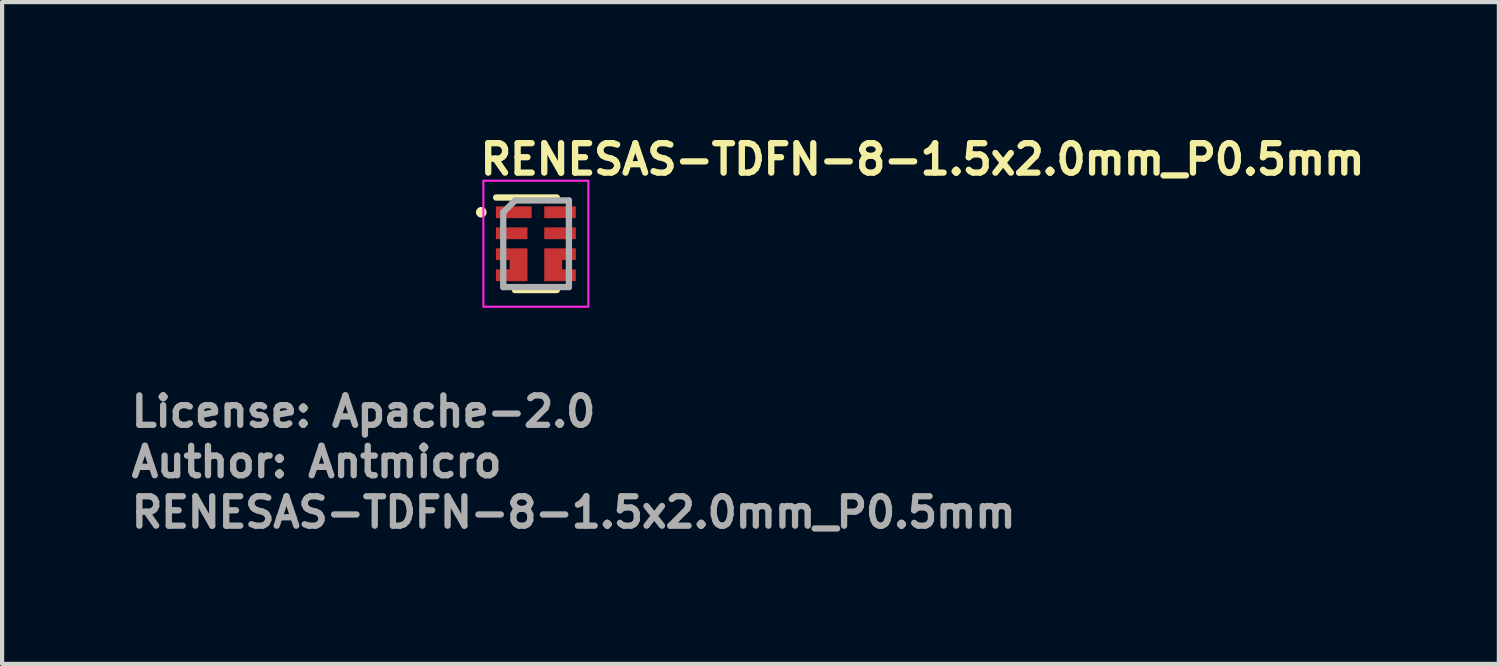
<source format=kicad_pcb>
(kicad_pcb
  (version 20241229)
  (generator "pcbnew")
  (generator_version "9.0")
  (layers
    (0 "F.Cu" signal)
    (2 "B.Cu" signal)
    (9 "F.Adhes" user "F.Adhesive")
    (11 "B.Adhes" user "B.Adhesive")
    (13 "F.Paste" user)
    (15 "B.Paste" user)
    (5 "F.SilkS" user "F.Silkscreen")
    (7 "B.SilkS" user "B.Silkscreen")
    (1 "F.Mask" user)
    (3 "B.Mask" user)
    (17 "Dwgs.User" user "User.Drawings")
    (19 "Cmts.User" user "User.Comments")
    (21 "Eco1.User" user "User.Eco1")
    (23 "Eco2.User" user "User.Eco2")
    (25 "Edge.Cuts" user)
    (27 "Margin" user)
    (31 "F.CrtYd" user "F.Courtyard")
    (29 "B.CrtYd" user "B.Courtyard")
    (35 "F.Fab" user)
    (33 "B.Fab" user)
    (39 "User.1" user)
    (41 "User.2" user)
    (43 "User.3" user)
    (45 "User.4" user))
  (footprint "RENESAS-TDFN-8-1.5x2.0mm_P0.5mm"
    (layer "F.Cu")
    (at 9.7 2.75)
    (property "Reference" "RENESAS-TDFN-8-1.5x2.0mm_P0.5mm" (at -1.4 -1.6 0) (unlocked yes) (layer "F.SilkS") (effects (font (size 0.7 0.7) (thickness 0.15)) (justify left bottom)))
    (attr smd)
    (fp_line (start -0.946 -1.101) (end 0.498 -1.101) (stroke (width 0.15) (type solid)) (layer "F.SilkS"))
    (fp_line (start -0.5 1.1) (end 0.498 1.1) (stroke (width 0.15) (type solid)) (layer "F.SilkS"))
    (fp_circle (center -1.3 -0.75) (end -1.249 -0.75) (stroke (width 0.15) (type solid)) (fill yes) (layer "F.SilkS"))
    (fp_rect (start -1.25 -1.5) (end 1.248 1.498) (stroke (width 0.05) (type solid)) (fill no) (layer "F.CrtYd"))
    (fp_line (start -0.777 -0.75) (end -0.777 1.03) (stroke (width 0.15) (type solid)) (layer "F.Fab"))
    (fp_line (start -0.777 1.03) (end 0.785 1.03) (stroke (width 0.15) (type solid)) (layer "F.Fab"))
    (fp_line (start -0.495 -1.031) (end -0.777 -0.75) (stroke (width 0.15) (type solid)) (layer "F.Fab"))
    (fp_line (start 0.785 -1.031) (end -0.495 -1.031) (stroke (width 0.15) (type solid)) (layer "F.Fab"))
    (fp_line (start 0.785 -1.031) (end 0.785 1.03) (stroke (width 0.15) (type solid)) (layer "F.Fab"))
    (fp_rect (start -0.75 -1) (end 0.748 0.998) (stroke (width 0.1) (type solid)) (fill no) (layer "User.5"))
    (fp_line (start -0.75 -1) (end -0.75 0.998) (stroke (width 0.02) (type solid)) (layer "User.9"))
    (fp_line (start -0.75 0.998) (end 0.748 0.998) (stroke (width 0.02) (type solid)) (layer "User.9"))
    (fp_line (start -0.688 -0.814) (end -0.688 -0.811) (stroke (width 0.02) (type solid)) (layer "User.9"))
    (fp_line (start -0.688 -0.814) (end -0.688 -0.811) (stroke (width 0.02) (type solid)) (layer "User.9"))
    (fp_line (start -0.688 -0.811) (end -0.688 -0.808) (stroke (width 0.02) (type solid)) (layer "User.9"))
    (fp_line (start -0.688 -0.811) (end -0.688 -0.808) (stroke (width 0.02) (type solid)) (layer "User.9"))
    (fp_line (start -0.688 -0.808) (end -0.688 -0.805) (stroke (width 0.02) (type solid)) (layer "User.9"))
    (fp_line (start -0.688 -0.808) (end -0.688 -0.805) (stroke (width 0.02) (type solid)) (layer "User.9"))
    (fp_line (start -0.688 -0.805) (end -0.688 -0.802) (stroke (width 0.02) (type solid)) (layer "User.9"))
    (fp_line (start -0.688 -0.805) (end -0.688 -0.802) (stroke (width 0.02) (type solid)) (layer "User.9"))
    (fp_line (start -0.688 -0.802) (end -0.688 -0.795) (stroke (width 0.02) (type solid)) (layer "User.9"))
    (fp_line (start -0.688 -0.802) (end -0.688 -0.795) (stroke (width 0.02) (type solid)) (layer "User.9"))
    (fp_line (start -0.688 -0.795) (end -0.688 -0.789) (stroke (width 0.02) (type solid)) (layer "User.9"))
    (fp_line (start -0.688 -0.795) (end -0.688 -0.789) (stroke (width 0.02) (type solid)) (layer "User.9"))
    (fp_line (start -0.688 -0.789) (end -0.686 -0.783) (stroke (width 0.02) (type solid)) (layer "User.9"))
    (fp_line (start -0.688 -0.789) (end -0.686 -0.783) (stroke (width 0.02) (type solid)) (layer "User.9"))
    (fp_line (start -0.687 -0.817) (end -0.688 -0.814) (stroke (width 0.02) (type solid)) (layer "User.9"))
    (fp_line (start -0.687 -0.817) (end -0.688 -0.814) (stroke (width 0.02) (type solid)) (layer "User.9"))
    (fp_line (start -0.686 -0.824) (end -0.686 -0.821) (stroke (width 0.02) (type solid)) (layer "User.9"))
    (fp_line (start -0.686 -0.824) (end -0.686 -0.821) (stroke (width 0.02) (type solid)) (layer "User.9"))
    (fp_line (start -0.686 -0.821) (end -0.687 -0.817) (stroke (width 0.02) (type solid)) (layer "User.9"))
    (fp_line (start -0.686 -0.821) (end -0.687 -0.817) (stroke (width 0.02) (type solid)) (layer "User.9"))
    (fp_line (start -0.686 -0.783) (end -0.685 -0.777) (stroke (width 0.02) (type solid)) (layer "User.9"))
    (fp_line (start -0.686 -0.783) (end -0.685 -0.777) (stroke (width 0.02) (type solid)) (layer "User.9"))
    (fp_line (start -0.685 -0.827) (end -0.686 -0.824) (stroke (width 0.02) (type solid)) (layer "User.9"))
    (fp_line (start -0.685 -0.827) (end -0.686 -0.824) (stroke (width 0.02) (type solid)) (layer "User.9"))
    (fp_line (start -0.685 -0.777) (end -0.683 -0.771) (stroke (width 0.02) (type solid)) (layer "User.9"))
    (fp_line (start -0.685 -0.777) (end -0.683 -0.771) (stroke (width 0.02) (type solid)) (layer "User.9"))
    (fp_line (start -0.684 -0.83) (end -0.685 -0.827) (stroke (width 0.02) (type solid)) (layer "User.9"))
    (fp_line (start -0.684 -0.83) (end -0.685 -0.827) (stroke (width 0.02) (type solid)) (layer "User.9"))
    (fp_line (start -0.683 -0.833) (end -0.684 -0.83) (stroke (width 0.02) (type solid)) (layer "User.9"))
    (fp_line (start -0.683 -0.833) (end -0.684 -0.83) (stroke (width 0.02) (type solid)) (layer "User.9"))
    (fp_line (start -0.683 -0.771) (end -0.681 -0.764) (stroke (width 0.02) (type solid)) (layer "User.9"))
    (fp_line (start -0.683 -0.771) (end -0.681 -0.764) (stroke (width 0.02) (type solid)) (layer "User.9"))
    (fp_line (start -0.682 -0.835) (end -0.683 -0.833) (stroke (width 0.02) (type solid)) (layer "User.9"))
    (fp_line (start -0.682 -0.835) (end -0.683 -0.833) (stroke (width 0.02) (type solid)) (layer "User.9"))
    (fp_line (start -0.681 -0.837) (end -0.682 -0.835) (stroke (width 0.02) (type solid)) (layer "User.9"))
    (fp_line (start -0.681 -0.837) (end -0.682 -0.835) (stroke (width 0.02) (type solid)) (layer "User.9"))
    (fp_line (start -0.681 -0.764) (end -0.678 -0.758) (stroke (width 0.02) (type solid)) (layer "User.9"))
    (fp_line (start -0.681 -0.764) (end -0.678 -0.758) (stroke (width 0.02) (type solid)) (layer "User.9"))
    (fp_line (start -0.68 -0.84) (end -0.681 -0.837) (stroke (width 0.02) (type solid)) (layer "User.9"))
    (fp_line (start -0.68 -0.84) (end -0.681 -0.837) (stroke (width 0.02) (type solid)) (layer "User.9"))
    (fp_line (start -0.678 -0.843) (end -0.68 -0.84) (stroke (width 0.02) (type solid)) (layer "User.9"))
    (fp_line (start -0.678 -0.843) (end -0.68 -0.84) (stroke (width 0.02) (type solid)) (layer "User.9"))
    (fp_line (start -0.678 -0.758) (end -0.676 -0.753) (stroke (width 0.02) (type solid)) (layer "User.9"))
    (fp_line (start -0.678 -0.758) (end -0.676 -0.753) (stroke (width 0.02) (type solid)) (layer "User.9"))
    (fp_line (start -0.677 -0.846) (end -0.678 -0.843) (stroke (width 0.02) (type solid)) (layer "User.9"))
    (fp_line (start -0.677 -0.846) (end -0.678 -0.843) (stroke (width 0.02) (type solid)) (layer "User.9"))
    (fp_line (start -0.676 -0.848) (end -0.677 -0.846) (stroke (width 0.02) (type solid)) (layer "User.9"))
    (fp_line (start -0.676 -0.848) (end -0.677 -0.846) (stroke (width 0.02) (type solid)) (layer "User.9"))
    (fp_line (start -0.676 -0.753) (end -0.672 -0.748) (stroke (width 0.02) (type solid)) (layer "User.9"))
    (fp_line (start -0.676 -0.753) (end -0.672 -0.748) (stroke (width 0.02) (type solid)) (layer "User.9"))
    (fp_line (start -0.674 -0.851) (end -0.676 -0.848) (stroke (width 0.02) (type solid)) (layer "User.9"))
    (fp_line (start -0.674 -0.851) (end -0.676 -0.848) (stroke (width 0.02) (type solid)) (layer "User.9"))
    (fp_line (start -0.672 -0.854) (end -0.674 -0.851) (stroke (width 0.02) (type solid)) (layer "User.9"))
    (fp_line (start -0.672 -0.854) (end -0.674 -0.851) (stroke (width 0.02) (type solid)) (layer "User.9"))
    (fp_line (start -0.672 -0.748) (end -0.669 -0.743) (stroke (width 0.02) (type solid)) (layer "User.9"))
    (fp_line (start -0.672 -0.748) (end -0.669 -0.743) (stroke (width 0.02) (type solid)) (layer "User.9"))
    (fp_line (start -0.671 -0.856) (end -0.672 -0.854) (stroke (width 0.02) (type solid)) (layer "User.9"))
    (fp_line (start -0.671 -0.856) (end -0.672 -0.854) (stroke (width 0.02) (type solid)) (layer "User.9"))
    (fp_line (start -0.669 -0.859) (end -0.671 -0.856) (stroke (width 0.02) (type solid)) (layer "User.9"))
    (fp_line (start -0.669 -0.859) (end -0.671 -0.856) (stroke (width 0.02) (type solid)) (layer "User.9"))
    (fp_line (start -0.669 -0.743) (end -0.665 -0.738) (stroke (width 0.02) (type solid)) (layer "User.9"))
    (fp_line (start -0.669 -0.743) (end -0.665 -0.738) (stroke (width 0.02) (type solid)) (layer "User.9"))
    (fp_line (start -0.667 -0.861) (end -0.669 -0.859) (stroke (width 0.02) (type solid)) (layer "User.9"))
    (fp_line (start -0.667 -0.861) (end -0.669 -0.859) (stroke (width 0.02) (type solid)) (layer "User.9"))
    (fp_line (start -0.665 -0.864) (end -0.667 -0.861) (stroke (width 0.02) (type solid)) (layer "User.9"))
    (fp_line (start -0.665 -0.864) (end -0.667 -0.861) (stroke (width 0.02) (type solid)) (layer "User.9"))
    (fp_line (start -0.665 -0.738) (end -0.661 -0.733) (stroke (width 0.02) (type solid)) (layer "User.9"))
    (fp_line (start -0.665 -0.738) (end -0.661 -0.733) (stroke (width 0.02) (type solid)) (layer "User.9"))
    (fp_line (start -0.663 -0.866) (end -0.665 -0.864) (stroke (width 0.02) (type solid)) (layer "User.9"))
    (fp_line (start -0.663 -0.866) (end -0.665 -0.864) (stroke (width 0.02) (type solid)) (layer "User.9"))
    (fp_line (start -0.661 -0.868) (end -0.663 -0.866) (stroke (width 0.02) (type solid)) (layer "User.9"))
    (fp_line (start -0.661 -0.868) (end -0.663 -0.866) (stroke (width 0.02) (type solid)) (layer "User.9"))
    (fp_line (start -0.661 -0.733) (end -0.656 -0.729) (stroke (width 0.02) (type solid)) (layer "User.9"))
    (fp_line (start -0.661 -0.733) (end -0.656 -0.729) (stroke (width 0.02) (type solid)) (layer "User.9"))
    (fp_line (start -0.658 -0.87) (end -0.661 -0.868) (stroke (width 0.02) (type solid)) (layer "User.9"))
    (fp_line (start -0.658 -0.87) (end -0.661 -0.868) (stroke (width 0.02) (type solid)) (layer "User.9"))
    (fp_line (start -0.656 -0.872) (end -0.658 -0.87) (stroke (width 0.02) (type solid)) (layer "User.9"))
    (fp_line (start -0.656 -0.872) (end -0.658 -0.87) (stroke (width 0.02) (type solid)) (layer "User.9"))
    (fp_line (start -0.656 -0.729) (end -0.651 -0.725) (stroke (width 0.02) (type solid)) (layer "User.9"))
    (fp_line (start -0.656 -0.729) (end -0.651 -0.725) (stroke (width 0.02) (type solid)) (layer "User.9"))
    (fp_line (start -0.654 -0.874) (end -0.656 -0.872) (stroke (width 0.02) (type solid)) (layer "User.9"))
    (fp_line (start -0.654 -0.874) (end -0.656 -0.872) (stroke (width 0.02) (type solid)) (layer "User.9"))
    (fp_line (start -0.651 -0.876) (end -0.654 -0.874) (stroke (width 0.02) (type solid)) (layer "User.9"))
    (fp_line (start -0.651 -0.876) (end -0.654 -0.874) (stroke (width 0.02) (type solid)) (layer "User.9"))
    (fp_line (start -0.651 -0.725) (end -0.646 -0.721) (stroke (width 0.02) (type solid)) (layer "User.9"))
    (fp_line (start -0.651 -0.725) (end -0.646 -0.721) (stroke (width 0.02) (type solid)) (layer "User.9"))
    (fp_line (start -0.649 -0.878) (end -0.651 -0.876) (stroke (width 0.02) (type solid)) (layer "User.9"))
    (fp_line (start -0.649 -0.878) (end -0.651 -0.876) (stroke (width 0.02) (type solid)) (layer "User.9"))
    (fp_line (start -0.646 -0.88) (end -0.649 -0.878) (stroke (width 0.02) (type solid)) (layer "User.9"))
    (fp_line (start -0.646 -0.88) (end -0.649 -0.878) (stroke (width 0.02) (type solid)) (layer "User.9"))
    (fp_line (start -0.646 -0.721) (end -0.64 -0.718) (stroke (width 0.02) (type solid)) (layer "User.9"))
    (fp_line (start -0.646 -0.721) (end -0.64 -0.718) (stroke (width 0.02) (type solid)) (layer "User.9"))
    (fp_line (start -0.643 -0.882) (end -0.646 -0.88) (stroke (width 0.02) (type solid)) (layer "User.9"))
    (fp_line (start -0.643 -0.882) (end -0.646 -0.88) (stroke (width 0.02) (type solid)) (layer "User.9"))
    (fp_line (start -0.64 -0.883) (end -0.643 -0.882) (stroke (width 0.02) (type solid)) (layer "User.9"))
    (fp_line (start -0.64 -0.883) (end -0.643 -0.882) (stroke (width 0.02) (type solid)) (layer "User.9"))
    (fp_line (start -0.64 -0.883) (end -0.64 -0.883) (stroke (width 0.02) (type solid)) (layer "User.9"))
    (fp_line (start -0.64 -0.883) (end -0.64 -0.883) (stroke (width 0.02) (type solid)) (layer "User.9"))
    (fp_line (start -0.64 -0.718) (end -0.64 -0.718) (stroke (width 0.02) (type solid)) (layer "User.9"))
    (fp_line (start -0.64 -0.718) (end -0.64 -0.718) (stroke (width 0.02) (type solid)) (layer "User.9"))
    (fp_line (start -0.64 -0.718) (end -0.634 -0.715) (stroke (width 0.02) (type solid)) (layer "User.9"))
    (fp_line (start -0.64 -0.718) (end -0.634 -0.715) (stroke (width 0.02) (type solid)) (layer "User.9"))
    (fp_line (start -0.634 -0.886) (end -0.64 -0.883) (stroke (width 0.02) (type solid)) (layer "User.9"))
    (fp_line (start -0.634 -0.886) (end -0.64 -0.883) (stroke (width 0.02) (type solid)) (layer "User.9"))
    (fp_line (start -0.634 -0.715) (end -0.628 -0.712) (stroke (width 0.02) (type solid)) (layer "User.9"))
    (fp_line (start -0.634 -0.715) (end -0.628 -0.712) (stroke (width 0.02) (type solid)) (layer "User.9"))
    (fp_line (start -0.628 -0.889) (end -0.634 -0.886) (stroke (width 0.02) (type solid)) (layer "User.9"))
    (fp_line (start -0.628 -0.889) (end -0.634 -0.886) (stroke (width 0.02) (type solid)) (layer "User.9"))
    (fp_line (start -0.628 -0.712) (end -0.622 -0.71) (stroke (width 0.02) (type solid)) (layer "User.9"))
    (fp_line (start -0.628 -0.712) (end -0.622 -0.71) (stroke (width 0.02) (type solid)) (layer "User.9"))
    (fp_line (start -0.622 -0.891) (end -0.628 -0.889) (stroke (width 0.02) (type solid)) (layer "User.9"))
    (fp_line (start -0.622 -0.891) (end -0.628 -0.889) (stroke (width 0.02) (type solid)) (layer "User.9"))
    (fp_line (start -0.622 -0.71) (end -0.616 -0.708) (stroke (width 0.02) (type solid)) (layer "User.9"))
    (fp_line (start -0.622 -0.71) (end -0.616 -0.708) (stroke (width 0.02) (type solid)) (layer "User.9"))
    (fp_line (start -0.616 -0.893) (end -0.622 -0.891) (stroke (width 0.02) (type solid)) (layer "User.9"))
    (fp_line (start -0.616 -0.893) (end -0.622 -0.891) (stroke (width 0.02) (type solid)) (layer "User.9"))
    (fp_line (start -0.616 -0.708) (end -0.61 -0.707) (stroke (width 0.02) (type solid)) (layer "User.9"))
    (fp_line (start -0.616 -0.708) (end -0.61 -0.707) (stroke (width 0.02) (type solid)) (layer "User.9"))
    (fp_line (start -0.61 -0.894) (end -0.616 -0.893) (stroke (width 0.02) (type solid)) (layer "User.9"))
    (fp_line (start -0.61 -0.894) (end -0.616 -0.893) (stroke (width 0.02) (type solid)) (layer "User.9"))
    (fp_line (start -0.61 -0.707) (end -0.604 -0.706) (stroke (width 0.02) (type solid)) (layer "User.9"))
    (fp_line (start -0.61 -0.707) (end -0.604 -0.706) (stroke (width 0.02) (type solid)) (layer "User.9"))
    (fp_line (start -0.604 -0.895) (end -0.61 -0.894) (stroke (width 0.02) (type solid)) (layer "User.9"))
    (fp_line (start -0.604 -0.895) (end -0.61 -0.894) (stroke (width 0.02) (type solid)) (layer "User.9"))
    (fp_line (start -0.604 -0.706) (end -0.598 -0.705) (stroke (width 0.02) (type solid)) (layer "User.9"))
    (fp_line (start -0.604 -0.706) (end -0.598 -0.705) (stroke (width 0.02) (type solid)) (layer "User.9"))
    (fp_line (start -0.598 -0.896) (end -0.604 -0.895) (stroke (width 0.02) (type solid)) (layer "User.9"))
    (fp_line (start -0.598 -0.896) (end -0.604 -0.895) (stroke (width 0.02) (type solid)) (layer "User.9"))
    (fp_line (start -0.598 -0.705) (end -0.592 -0.705) (stroke (width 0.02) (type solid)) (layer "User.9"))
    (fp_line (start -0.598 -0.705) (end -0.592 -0.705) (stroke (width 0.02) (type solid)) (layer "User.9"))
    (fp_line (start -0.592 -0.896) (end -0.598 -0.896) (stroke (width 0.02) (type solid)) (layer "User.9"))
    (fp_line (start -0.592 -0.896) (end -0.598 -0.896) (stroke (width 0.02) (type solid)) (layer "User.9"))
    (fp_line (start -0.592 -0.705) (end -0.586 -0.705) (stroke (width 0.02) (type solid)) (layer "User.9"))
    (fp_line (start -0.592 -0.705) (end -0.586 -0.705) (stroke (width 0.02) (type solid)) (layer "User.9"))
    (fp_line (start -0.586 -0.896) (end -0.592 -0.896) (stroke (width 0.02) (type solid)) (layer "User.9"))
    (fp_line (start -0.586 -0.896) (end -0.592 -0.896) (stroke (width 0.02) (type solid)) (layer "User.9"))
    (fp_line (start -0.586 -0.705) (end -0.579 -0.706) (stroke (width 0.02) (type solid)) (layer "User.9"))
    (fp_line (start -0.586 -0.705) (end -0.579 -0.706) (stroke (width 0.02) (type solid)) (layer "User.9"))
    (fp_line (start -0.579 -0.895) (end -0.586 -0.896) (stroke (width 0.02) (type solid)) (layer "User.9"))
    (fp_line (start -0.579 -0.895) (end -0.586 -0.896) (stroke (width 0.02) (type solid)) (layer "User.9"))
    (fp_line (start -0.579 -0.706) (end -0.574 -0.707) (stroke (width 0.02) (type solid)) (layer "User.9"))
    (fp_line (start -0.579 -0.706) (end -0.574 -0.707) (stroke (width 0.02) (type solid)) (layer "User.9"))
    (fp_line (start -0.574 -0.894) (end -0.579 -0.895) (stroke (width 0.02) (type solid)) (layer "User.9"))
    (fp_line (start -0.574 -0.894) (end -0.579 -0.895) (stroke (width 0.02) (type solid)) (layer "User.9"))
    (fp_line (start -0.574 -0.707) (end -0.568 -0.708) (stroke (width 0.02) (type solid)) (layer "User.9"))
    (fp_line (start -0.574 -0.707) (end -0.568 -0.708) (stroke (width 0.02) (type solid)) (layer "User.9"))
    (fp_line (start -0.568 -0.893) (end -0.574 -0.894) (stroke (width 0.02) (type solid)) (layer "User.9"))
    (fp_line (start -0.568 -0.893) (end -0.574 -0.894) (stroke (width 0.02) (type solid)) (layer "User.9"))
    (fp_line (start -0.568 -0.708) (end -0.562 -0.71) (stroke (width 0.02) (type solid)) (layer "User.9"))
    (fp_line (start -0.568 -0.708) (end -0.562 -0.71) (stroke (width 0.02) (type solid)) (layer "User.9"))
    (fp_line (start -0.562 -0.891) (end -0.568 -0.893) (stroke (width 0.02) (type solid)) (layer "User.9"))
    (fp_line (start -0.562 -0.891) (end -0.568 -0.893) (stroke (width 0.02) (type solid)) (layer "User.9"))
    (fp_line (start -0.562 -0.71) (end -0.556 -0.712) (stroke (width 0.02) (type solid)) (layer "User.9"))
    (fp_line (start -0.562 -0.71) (end -0.556 -0.712) (stroke (width 0.02) (type solid)) (layer "User.9"))
    (fp_line (start -0.556 -0.889) (end -0.562 -0.891) (stroke (width 0.02) (type solid)) (layer "User.9"))
    (fp_line (start -0.556 -0.889) (end -0.562 -0.891) (stroke (width 0.02) (type solid)) (layer "User.9"))
    (fp_line (start -0.556 -0.712) (end -0.551 -0.715) (stroke (width 0.02) (type solid)) (layer "User.9"))
    (fp_line (start -0.556 -0.712) (end -0.551 -0.715) (stroke (width 0.02) (type solid)) (layer "User.9"))
    (fp_line (start -0.551 -0.886) (end -0.556 -0.889) (stroke (width 0.02) (type solid)) (layer "User.9"))
    (fp_line (start -0.551 -0.886) (end -0.556 -0.889) (stroke (width 0.02) (type solid)) (layer "User.9"))
    (fp_line (start -0.551 -0.715) (end -0.545 -0.718) (stroke (width 0.02) (type solid)) (layer "User.9"))
    (fp_line (start -0.551 -0.715) (end -0.545 -0.718) (stroke (width 0.02) (type solid)) (layer "User.9"))
    (fp_line (start -0.545 -0.883) (end -0.551 -0.886) (stroke (width 0.02) (type solid)) (layer "User.9"))
    (fp_line (start -0.545 -0.883) (end -0.551 -0.886) (stroke (width 0.02) (type solid)) (layer "User.9"))
    (fp_line (start -0.545 -0.883) (end -0.545 -0.883) (stroke (width 0.02) (type solid)) (layer "User.9"))
    (fp_line (start -0.545 -0.883) (end -0.545 -0.883) (stroke (width 0.02) (type solid)) (layer "User.9"))
    (fp_line (start -0.545 -0.718) (end -0.545 -0.718) (stroke (width 0.02) (type solid)) (layer "User.9"))
    (fp_line (start -0.545 -0.718) (end -0.545 -0.718) (stroke (width 0.02) (type solid)) (layer "User.9"))
    (fp_line (start -0.545 -0.718) (end -0.542 -0.72) (stroke (width 0.02) (type solid)) (layer "User.9"))
    (fp_line (start -0.545 -0.718) (end -0.542 -0.72) (stroke (width 0.02) (type solid)) (layer "User.9"))
    (fp_line (start -0.542 -0.72) (end -0.54 -0.721) (stroke (width 0.02) (type solid)) (layer "User.9"))
    (fp_line (start -0.542 -0.72) (end -0.54 -0.721) (stroke (width 0.02) (type solid)) (layer "User.9"))
    (fp_line (start -0.54 -0.88) (end -0.545 -0.883) (stroke (width 0.02) (type solid)) (layer "User.9"))
    (fp_line (start -0.54 -0.88) (end -0.545 -0.883) (stroke (width 0.02) (type solid)) (layer "User.9"))
    (fp_line (start -0.54 -0.721) (end -0.537 -0.723) (stroke (width 0.02) (type solid)) (layer "User.9"))
    (fp_line (start -0.54 -0.721) (end -0.537 -0.723) (stroke (width 0.02) (type solid)) (layer "User.9"))
    (fp_line (start -0.537 -0.723) (end -0.534 -0.725) (stroke (width 0.02) (type solid)) (layer "User.9"))
    (fp_line (start -0.537 -0.723) (end -0.534 -0.725) (stroke (width 0.02) (type solid)) (layer "User.9"))
    (fp_line (start -0.534 -0.876) (end -0.54 -0.88) (stroke (width 0.02) (type solid)) (layer "User.9"))
    (fp_line (start -0.534 -0.876) (end -0.54 -0.88) (stroke (width 0.02) (type solid)) (layer "User.9"))
    (fp_line (start -0.534 -0.725) (end -0.532 -0.727) (stroke (width 0.02) (type solid)) (layer "User.9"))
    (fp_line (start -0.534 -0.725) (end -0.532 -0.727) (stroke (width 0.02) (type solid)) (layer "User.9"))
    (fp_line (start -0.532 -0.727) (end -0.53 -0.729) (stroke (width 0.02) (type solid)) (layer "User.9"))
    (fp_line (start -0.532 -0.727) (end -0.53 -0.729) (stroke (width 0.02) (type solid)) (layer "User.9"))
    (fp_line (start -0.53 -0.872) (end -0.534 -0.876) (stroke (width 0.02) (type solid)) (layer "User.9"))
    (fp_line (start -0.53 -0.872) (end -0.534 -0.876) (stroke (width 0.02) (type solid)) (layer "User.9"))
    (fp_line (start -0.53 -0.729) (end -0.527 -0.731) (stroke (width 0.02) (type solid)) (layer "User.9"))
    (fp_line (start -0.53 -0.729) (end -0.527 -0.731) (stroke (width 0.02) (type solid)) (layer "User.9"))
    (fp_line (start -0.527 -0.731) (end -0.525 -0.733) (stroke (width 0.02) (type solid)) (layer "User.9"))
    (fp_line (start -0.527 -0.731) (end -0.525 -0.733) (stroke (width 0.02) (type solid)) (layer "User.9"))
    (fp_line (start -0.525 -0.868) (end -0.53 -0.872) (stroke (width 0.02) (type solid)) (layer "User.9"))
    (fp_line (start -0.525 -0.868) (end -0.53 -0.872) (stroke (width 0.02) (type solid)) (layer "User.9"))
    (fp_line (start -0.525 -0.733) (end -0.523 -0.735) (stroke (width 0.02) (type solid)) (layer "User.9"))
    (fp_line (start -0.525 -0.733) (end -0.523 -0.735) (stroke (width 0.02) (type solid)) (layer "User.9"))
    (fp_line (start -0.523 -0.735) (end -0.521 -0.738) (stroke (width 0.02) (type solid)) (layer "User.9"))
    (fp_line (start -0.523 -0.735) (end -0.521 -0.738) (stroke (width 0.02) (type solid)) (layer "User.9"))
    (fp_line (start -0.521 -0.864) (end -0.525 -0.868) (stroke (width 0.02) (type solid)) (layer "User.9"))
    (fp_line (start -0.521 -0.864) (end -0.525 -0.868) (stroke (width 0.02) (type solid)) (layer "User.9"))
    (fp_line (start -0.521 -0.738) (end -0.519 -0.74) (stroke (width 0.02) (type solid)) (layer "User.9"))
    (fp_line (start -0.521 -0.738) (end -0.519 -0.74) (stroke (width 0.02) (type solid)) (layer "User.9"))
    (fp_line (start -0.519 -0.74) (end -0.517 -0.743) (stroke (width 0.02) (type solid)) (layer "User.9"))
    (fp_line (start -0.519 -0.74) (end -0.517 -0.743) (stroke (width 0.02) (type solid)) (layer "User.9"))
    (fp_line (start -0.517 -0.859) (end -0.521 -0.864) (stroke (width 0.02) (type solid)) (layer "User.9"))
    (fp_line (start -0.517 -0.859) (end -0.521 -0.864) (stroke (width 0.02) (type solid)) (layer "User.9"))
    (fp_line (start -0.517 -0.743) (end -0.515 -0.745) (stroke (width 0.02) (type solid)) (layer "User.9"))
    (fp_line (start -0.517 -0.743) (end -0.515 -0.745) (stroke (width 0.02) (type solid)) (layer "User.9"))
    (fp_line (start -0.515 -0.745) (end -0.512 -0.748) (stroke (width 0.02) (type solid)) (layer "User.9"))
    (fp_line (start -0.515 -0.745) (end -0.512 -0.748) (stroke (width 0.02) (type solid)) (layer "User.9"))
    (fp_line (start -0.512 -0.854) (end -0.517 -0.859) (stroke (width 0.02) (type solid)) (layer "User.9"))
    (fp_line (start -0.512 -0.854) (end -0.517 -0.859) (stroke (width 0.02) (type solid)) (layer "User.9"))
    (fp_line (start -0.512 -0.748) (end -0.511 -0.75) (stroke (width 0.02) (type solid)) (layer "User.9"))
    (fp_line (start -0.512 -0.748) (end -0.511 -0.75) (stroke (width 0.02) (type solid)) (layer "User.9"))
    (fp_line (start -0.511 -0.75) (end -0.509 -0.753) (stroke (width 0.02) (type solid)) (layer "User.9"))
    (fp_line (start -0.511 -0.75) (end -0.509 -0.753) (stroke (width 0.02) (type solid)) (layer "User.9"))
    (fp_line (start -0.509 -0.848) (end -0.512 -0.854) (stroke (width 0.02) (type solid)) (layer "User.9"))
    (fp_line (start -0.509 -0.848) (end -0.512 -0.854) (stroke (width 0.02) (type solid)) (layer "User.9"))
    (fp_line (start -0.509 -0.753) (end -0.507 -0.756) (stroke (width 0.02) (type solid)) (layer "User.9"))
    (fp_line (start -0.509 -0.753) (end -0.507 -0.756) (stroke (width 0.02) (type solid)) (layer "User.9"))
    (fp_line (start -0.507 -0.756) (end -0.506 -0.758) (stroke (width 0.02) (type solid)) (layer "User.9"))
    (fp_line (start -0.507 -0.756) (end -0.506 -0.758) (stroke (width 0.02) (type solid)) (layer "User.9"))
    (fp_line (start -0.506 -0.843) (end -0.509 -0.848) (stroke (width 0.02) (type solid)) (layer "User.9"))
    (fp_line (start -0.506 -0.843) (end -0.509 -0.848) (stroke (width 0.02) (type solid)) (layer "User.9"))
    (fp_line (start -0.506 -0.758) (end -0.505 -0.761) (stroke (width 0.02) (type solid)) (layer "User.9"))
    (fp_line (start -0.506 -0.758) (end -0.505 -0.761) (stroke (width 0.02) (type solid)) (layer "User.9"))
    (fp_line (start -0.505 -0.761) (end -0.504 -0.764) (stroke (width 0.02) (type solid)) (layer "User.9"))
    (fp_line (start -0.505 -0.761) (end -0.504 -0.764) (stroke (width 0.02) (type solid)) (layer "User.9"))
    (fp_line (start -0.504 -0.837) (end -0.506 -0.843) (stroke (width 0.02) (type solid)) (layer "User.9"))
    (fp_line (start -0.504 -0.837) (end -0.506 -0.843) (stroke (width 0.02) (type solid)) (layer "User.9"))
    (fp_line (start -0.504 -0.764) (end -0.502 -0.767) (stroke (width 0.02) (type solid)) (layer "User.9"))
    (fp_line (start -0.504 -0.764) (end -0.502 -0.767) (stroke (width 0.02) (type solid)) (layer "User.9"))
    (fp_line (start -0.502 -0.767) (end -0.501 -0.771) (stroke (width 0.02) (type solid)) (layer "User.9"))
    (fp_line (start -0.502 -0.767) (end -0.501 -0.771) (stroke (width 0.02) (type solid)) (layer "User.9"))
    (fp_line (start -0.501 -0.833) (end -0.504 -0.837) (stroke (width 0.02) (type solid)) (layer "User.9"))
    (fp_line (start -0.501 -0.833) (end -0.504 -0.837) (stroke (width 0.02) (type solid)) (layer "User.9"))
    (fp_line (start -0.501 -0.771) (end -0.5 -0.774) (stroke (width 0.02) (type solid)) (layer "User.9"))
    (fp_line (start -0.501 -0.771) (end -0.5 -0.774) (stroke (width 0.02) (type solid)) (layer "User.9"))
    (fp_line (start -0.5 -0.774) (end -0.499 -0.777) (stroke (width 0.02) (type solid)) (layer "User.9"))
    (fp_line (start -0.5 -0.774) (end -0.499 -0.777) (stroke (width 0.02) (type solid)) (layer "User.9"))
    (fp_line (start -0.499 -0.827) (end -0.501 -0.833) (stroke (width 0.02) (type solid)) (layer "User.9"))
    (fp_line (start -0.499 -0.827) (end -0.501 -0.833) (stroke (width 0.02) (type solid)) (layer "User.9"))
    (fp_line (start -0.499 -0.78) (end -0.498 -0.783) (stroke (width 0.02) (type solid)) (layer "User.9"))
    (fp_line (start -0.499 -0.78) (end -0.498 -0.783) (stroke (width 0.02) (type solid)) (layer "User.9"))
    (fp_line (start -0.499 -0.777) (end -0.499 -0.78) (stroke (width 0.02) (type solid)) (layer "User.9"))
    (fp_line (start -0.499 -0.777) (end -0.499 -0.78) (stroke (width 0.02) (type solid)) (layer "User.9"))
    (fp_line (start -0.498 -0.821) (end -0.499 -0.827) (stroke (width 0.02) (type solid)) (layer "User.9"))
    (fp_line (start -0.498 -0.821) (end -0.499 -0.827) (stroke (width 0.02) (type solid)) (layer "User.9"))
    (fp_line (start -0.498 -0.783) (end -0.497 -0.786) (stroke (width 0.02) (type solid)) (layer "User.9"))
    (fp_line (start -0.498 -0.783) (end -0.497 -0.786) (stroke (width 0.02) (type solid)) (layer "User.9"))
    (fp_line (start -0.497 -0.814) (end -0.498 -0.821) (stroke (width 0.02) (type solid)) (layer "User.9"))
    (fp_line (start -0.497 -0.814) (end -0.498 -0.821) (stroke (width 0.02) (type solid)) (layer "User.9"))
    (fp_line (start -0.497 -0.792) (end -0.496 -0.795) (stroke (width 0.02) (type solid)) (layer "User.9"))
    (fp_line (start -0.497 -0.792) (end -0.496 -0.795) (stroke (width 0.02) (type solid)) (layer "User.9"))
    (fp_line (start -0.497 -0.789) (end -0.497 -0.792) (stroke (width 0.02) (type solid)) (layer "User.9"))
    (fp_line (start -0.497 -0.789) (end -0.497 -0.792) (stroke (width 0.02) (type solid)) (layer "User.9"))
    (fp_line (start -0.497 -0.786) (end -0.497 -0.789) (stroke (width 0.02) (type solid)) (layer "User.9"))
    (fp_line (start -0.497 -0.786) (end -0.497 -0.789) (stroke (width 0.02) (type solid)) (layer "User.9"))
    (fp_line (start -0.496 -0.808) (end -0.497 -0.814) (stroke (width 0.02) (type solid)) (layer "User.9"))
    (fp_line (start -0.496 -0.808) (end -0.497 -0.814) (stroke (width 0.02) (type solid)) (layer "User.9"))
    (fp_line (start -0.496 -0.802) (end -0.496 -0.808) (stroke (width 0.02) (type solid)) (layer "User.9"))
    (fp_line (start -0.496 -0.802) (end -0.496 -0.808) (stroke (width 0.02) (type solid)) (layer "User.9"))
    (fp_line (start -0.496 -0.798) (end -0.496 -0.802) (stroke (width 0.02) (type solid)) (layer "User.9"))
    (fp_line (start -0.496 -0.798) (end -0.496 -0.802) (stroke (width 0.02) (type solid)) (layer "User.9"))
    (fp_line (start -0.496 -0.795) (end -0.496 -0.798) (stroke (width 0.02) (type solid)) (layer "User.9"))
    (fp_line (start -0.496 -0.795) (end -0.496 -0.798) (stroke (width 0.02) (type solid)) (layer "User.9"))
    (fp_line (start 0.748 -1) (end -0.75 -1) (stroke (width 0.02) (type solid)) (layer "User.9"))
    (fp_line (start 0.748 0.998) (end 0.748 -1) (stroke (width 0.02) (type solid)) (layer "User.9"))
    (fp_text user "${REFERENCE}" (at -9.7 6.8 0) (layer "F.Fab") (effects (font (size 0.7 0.7) (thickness 0.15)) (justify left bottom)))
    (fp_text user "License: Apache-2.0" (at -9.7 4.4 0) (layer "F.Fab") (effects (font (size 0.7 0.7) (thickness 0.15)) (justify left bottom)))
    (fp_text user "Author: Antmicro" (at -9.7 5.6 0) (layer "F.Fab") (effects (font (size 0.7 0.7) (thickness 0.15)) (justify left bottom)))
    (pad "1" smd rect (at -0.527 -0.75 270) (size 0.28 0.85) (layers "F.Cu" "F.Mask" "F.Paste"))
    (pad "2" smd rect (at -0.576 -0.25 270) (size 0.28 0.75) (layers "F.Cu" "F.Mask" "F.Paste"))
    (pad "3" smd custom (at -0.576 0.248 270) (size 0.28 0.75) (layers "F.Cu" "F.Mask" "F.Paste") (options (anchor rect)) (primitives (gr_poly (pts (xy -0.14 -0.375) (xy -0.14 0.05) (xy 0.64 0.05) (xy 0.64 -0.375)) (width 0) (fill yes)) (gr_rect (start 0.36 -0.375) (end 0.64 0.375) (width 0) (fill yes))))
    (pad "5" smd custom (at 0.574 0.748 90) (size 0.28 0.75) (layers "F.Cu" "F.Mask" "F.Paste") (options (anchor rect)) (primitives (gr_poly (pts (xy -0.14 -0.375) (xy -0.14 0.05) (xy 0.64 0.05) (xy 0.64 -0.375)) (width 0) (fill yes)) (gr_rect (start 0.36 -0.375) (end 0.64 0.375) (width 0) (fill yes))))
    (pad "7" smd rect (at 0.574 -0.25 270) (size 0.28 0.75) (layers "F.Cu" "F.Mask" "F.Paste"))
    (pad "8" smd rect (at 0.574 -0.75 270) (size 0.28 0.75) (layers "F.Cu" "F.Mask" "F.Paste")))
  (gr_rect
    (start -3 -3)
    (end 32.61 12.745)
    (stroke (width 0.1) (type default))
    (fill no)
    (layer "Edge.Cuts")))
</source>
